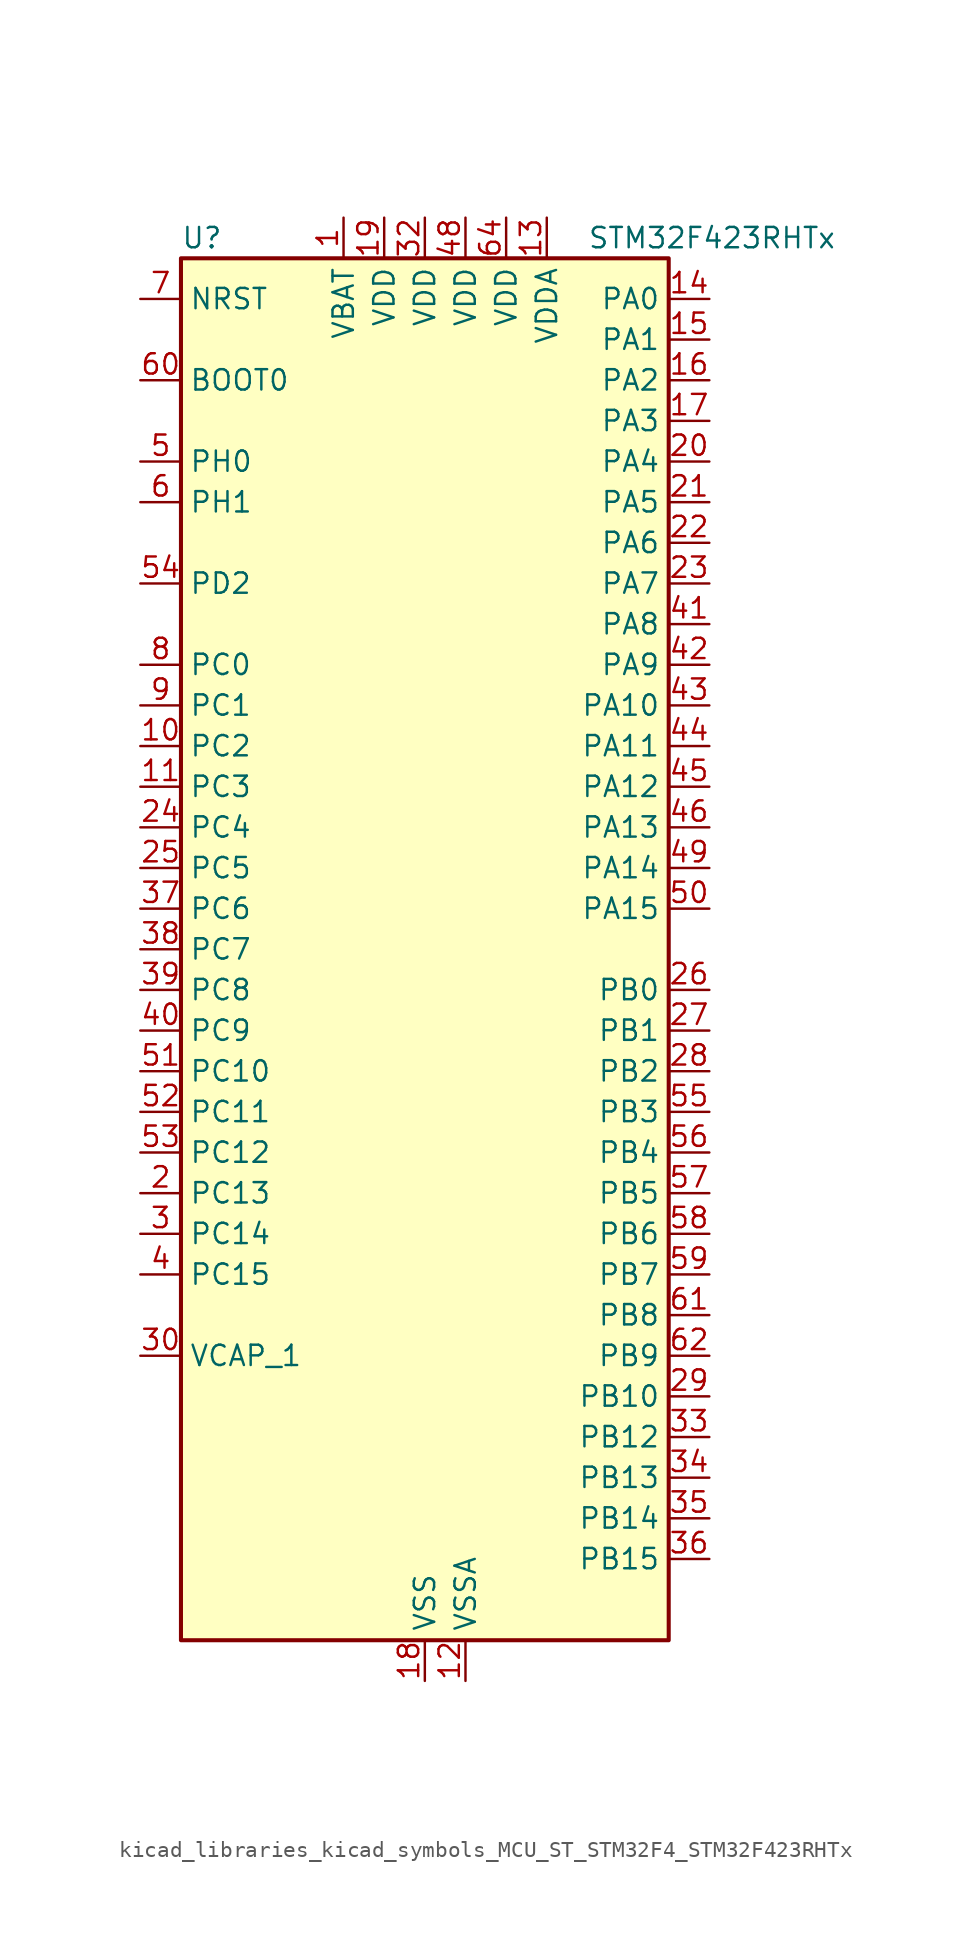
<source format=kicad_sym>
(kicad_symbol_lib
  (version 20220914)
  (generator kicad_symbol_editor)
  (symbol "kicad_libraries_kicad_symbols_MCU_ST_STM32F4_STM32F423RHTx"
    (property "Reference" "U"
      (at -15.24 44.45 0)
      (effects (font (size 1.27 1.27)) (justify left)))
    (property "Value" "STM32F423RHTx"
      (at 10.16 44.45 0)
      (effects (font (size 1.27 1.27)) (justify left)))
    (property "ki_locked" ""
      (at 0 0 0)
      (effects (font (size 1.27 1.27))))
    (symbol "kicad_libraries_kicad_symbols_MCU_ST_STM32F4_STM32F423RHTx_0_1"
      (rectangle (start -15.24 -43.18) (end 15.24 43.18) (stroke (width 0.254) (type default)) (fill (type background))))
    (symbol "kicad_libraries_kicad_symbols_MCU_ST_STM32F4_STM32F423RHTx_1_1"
      (pin power_in line (at -5.08 45.72 270) (length 2.54) (name "VBAT" (effects (font (size 1.27 1.27)))) (number "1" (effects (font (size 1.27 1.27)))))
      (pin bidirectional line (at -17.78 12.7 0) (length 2.54) (name "PC2" (effects (font (size 1.27 1.27)))) (number "10" (effects (font (size 1.27 1.27)))) (alternate "ADC1_IN12" bidirectional line) (alternate "DFSDM1_CKOUT" bidirectional line) (alternate "DFSDM2_DATIN7" bidirectional line) (alternate "FSMC_NWE" bidirectional line) (alternate "I2S2_ext_SD" bidirectional line) (alternate "LPTIM1_IN2" bidirectional line) (alternate "SAI1_SCK_B" bidirectional line) (alternate "SPI2_MISO" bidirectional line))
      (pin bidirectional line (at -17.78 10.16 0) (length 2.54) (name "PC3" (effects (font (size 1.27 1.27)))) (number "11" (effects (font (size 1.27 1.27)))) (alternate "ADC1_IN13" bidirectional line) (alternate "DFSDM2_CKIN7" bidirectional line) (alternate "FSMC_A0" bidirectional line) (alternate "I2S2_SD" bidirectional line) (alternate "LPTIM1_ETR" bidirectional line) (alternate "SAI1_FS_B" bidirectional line) (alternate "SPI2_MOSI" bidirectional line))
      (pin power_in line (at 2.54 -45.72 90) (length 2.54) (name "VSSA" (effects (font (size 1.27 1.27)))) (number "12" (effects (font (size 1.27 1.27)))))
      (pin power_in line (at 7.62 45.72 270) (length 2.54) (name "VDDA" (effects (font (size 1.27 1.27)))) (number "13" (effects (font (size 1.27 1.27)))))
      (pin bidirectional line (at 17.78 40.64 180) (length 2.54) (name "PA0" (effects (font (size 1.27 1.27)))) (number "14" (effects (font (size 1.27 1.27)))) (alternate "ADC1_IN0" bidirectional line) (alternate "SYS_WKUP1" bidirectional line) (alternate "TIM2_CH1" bidirectional line) (alternate "TIM2_ETR" bidirectional line) (alternate "TIM5_CH1" bidirectional line) (alternate "TIM8_ETR" bidirectional line) (alternate "UART4_TX" bidirectional line) (alternate "USART2_CTS" bidirectional line))
      (pin bidirectional line (at 17.78 38.1 180) (length 2.54) (name "PA1" (effects (font (size 1.27 1.27)))) (number "15" (effects (font (size 1.27 1.27)))) (alternate "ADC1_IN1" bidirectional line) (alternate "I2S4_SD" bidirectional line) (alternate "QUADSPI_BK1_IO3" bidirectional line) (alternate "SPI4_MOSI" bidirectional line) (alternate "TIM2_CH2" bidirectional line) (alternate "TIM5_CH2" bidirectional line) (alternate "UART4_RX" bidirectional line) (alternate "USART2_RTS" bidirectional line))
      (pin bidirectional line (at 17.78 35.56 180) (length 2.54) (name "PA2" (effects (font (size 1.27 1.27)))) (number "16" (effects (font (size 1.27 1.27)))) (alternate "ADC1_IN2" bidirectional line) (alternate "FSMC_D4" bidirectional line) (alternate "FSMC_DA4" bidirectional line) (alternate "I2S_CKIN" bidirectional line) (alternate "TIM2_CH3" bidirectional line) (alternate "TIM5_CH3" bidirectional line) (alternate "TIM9_CH1" bidirectional line) (alternate "USART2_TX" bidirectional line))
      (pin bidirectional line (at 17.78 33.02 180) (length 2.54) (name "PA3" (effects (font (size 1.27 1.27)))) (number "17" (effects (font (size 1.27 1.27)))) (alternate "ADC1_IN3" bidirectional line) (alternate "FSMC_D5" bidirectional line) (alternate "FSMC_DA5" bidirectional line) (alternate "I2S2_MCK" bidirectional line) (alternate "SAI1_SD_B" bidirectional line) (alternate "TIM2_CH4" bidirectional line) (alternate "TIM5_CH4" bidirectional line) (alternate "TIM9_CH2" bidirectional line) (alternate "USART2_RX" bidirectional line))
      (pin power_in line (at 0 -45.72 90) (length 2.54) (name "VSS" (effects (font (size 1.27 1.27)))) (number "18" (effects (font (size 1.27 1.27)))))
      (pin power_in line (at -2.54 45.72 270) (length 2.54) (name "VDD" (effects (font (size 1.27 1.27)))) (number "19" (effects (font (size 1.27 1.27)))))
      (pin bidirectional line (at -17.78 -15.24 0) (length 2.54) (name "PC13" (effects (font (size 1.27 1.27)))) (number "2" (effects (font (size 1.27 1.27)))) (alternate "RTC_AF1" bidirectional line))
      (pin bidirectional line (at 17.78 30.48 180) (length 2.54) (name "PA4" (effects (font (size 1.27 1.27)))) (number "20" (effects (font (size 1.27 1.27)))) (alternate "ADC1_IN4" bidirectional line) (alternate "DAC_OUT1" bidirectional line) (alternate "DFSDM1_DATIN1" bidirectional line) (alternate "FSMC_D6" bidirectional line) (alternate "FSMC_DA6" bidirectional line) (alternate "I2S1_WS" bidirectional line) (alternate "I2S3_WS" bidirectional line) (alternate "SPI1_NSS" bidirectional line) (alternate "SPI3_NSS" bidirectional line) (alternate "USART2_CK" bidirectional line))
      (pin bidirectional line (at 17.78 27.94 180) (length 2.54) (name "PA5" (effects (font (size 1.27 1.27)))) (number "21" (effects (font (size 1.27 1.27)))) (alternate "ADC1_IN5" bidirectional line) (alternate "DAC_OUT2" bidirectional line) (alternate "DFSDM1_CKIN1" bidirectional line) (alternate "FSMC_D7" bidirectional line) (alternate "FSMC_DA7" bidirectional line) (alternate "I2S1_CK" bidirectional line) (alternate "SPI1_SCK" bidirectional line) (alternate "TIM2_CH1" bidirectional line) (alternate "TIM2_ETR" bidirectional line) (alternate "TIM8_CH1N" bidirectional line))
      (pin bidirectional line (at 17.78 25.4 180) (length 2.54) (name "PA6" (effects (font (size 1.27 1.27)))) (number "22" (effects (font (size 1.27 1.27)))) (alternate "ADC1_IN6" bidirectional line) (alternate "DFSDM2_CKIN1" bidirectional line) (alternate "I2S2_MCK" bidirectional line) (alternate "QUADSPI_BK2_IO0" bidirectional line) (alternate "SDIO_CMD" bidirectional line) (alternate "SPI1_MISO" bidirectional line) (alternate "TIM13_CH1" bidirectional line) (alternate "TIM1_BKIN" bidirectional line) (alternate "TIM3_CH1" bidirectional line) (alternate "TIM8_BKIN" bidirectional line))
      (pin bidirectional line (at 17.78 22.86 180) (length 2.54) (name "PA7" (effects (font (size 1.27 1.27)))) (number "23" (effects (font (size 1.27 1.27)))) (alternate "ADC1_IN7" bidirectional line) (alternate "DFSDM2_DATIN1" bidirectional line) (alternate "I2S1_SD" bidirectional line) (alternate "QUADSPI_BK2_IO1" bidirectional line) (alternate "SPI1_MOSI" bidirectional line) (alternate "TIM14_CH1" bidirectional line) (alternate "TIM1_CH1N" bidirectional line) (alternate "TIM3_CH2" bidirectional line) (alternate "TIM8_CH1N" bidirectional line))
      (pin bidirectional line (at -17.78 7.62 0) (length 2.54) (name "PC4" (effects (font (size 1.27 1.27)))) (number "24" (effects (font (size 1.27 1.27)))) (alternate "ADC1_IN14" bidirectional line) (alternate "DFSDM2_CKIN2" bidirectional line) (alternate "FSMC_NE4" bidirectional line) (alternate "I2S1_MCK" bidirectional line) (alternate "QUADSPI_BK2_IO2" bidirectional line))
      (pin bidirectional line (at -17.78 5.08 0) (length 2.54) (name "PC5" (effects (font (size 1.27 1.27)))) (number "25" (effects (font (size 1.27 1.27)))) (alternate "ADC1_IN15" bidirectional line) (alternate "DFSDM2_DATIN2" bidirectional line) (alternate "FMPI2C1_SMBA" bidirectional line) (alternate "FSMC_NOE" bidirectional line) (alternate "QUADSPI_BK2_IO3" bidirectional line) (alternate "USART3_RX" bidirectional line))
      (pin bidirectional line (at 17.78 -2.54 180) (length 2.54) (name "PB0" (effects (font (size 1.27 1.27)))) (number "26" (effects (font (size 1.27 1.27)))) (alternate "ADC1_IN8" bidirectional line) (alternate "I2S5_CK" bidirectional line) (alternate "SPI5_SCK" bidirectional line) (alternate "TIM1_CH2N" bidirectional line) (alternate "TIM3_CH3" bidirectional line) (alternate "TIM8_CH2N" bidirectional line))
      (pin bidirectional line (at 17.78 -5.08 180) (length 2.54) (name "PB1" (effects (font (size 1.27 1.27)))) (number "27" (effects (font (size 1.27 1.27)))) (alternate "ADC1_IN9" bidirectional line) (alternate "DFSDM1_DATIN0" bidirectional line) (alternate "I2S5_WS" bidirectional line) (alternate "QUADSPI_CLK" bidirectional line) (alternate "SPI5_NSS" bidirectional line) (alternate "TIM1_CH3N" bidirectional line) (alternate "TIM3_CH4" bidirectional line) (alternate "TIM8_CH3N" bidirectional line))
      (pin bidirectional line (at 17.78 -7.62 180) (length 2.54) (name "PB2" (effects (font (size 1.27 1.27)))) (number "28" (effects (font (size 1.27 1.27)))) (alternate "DFSDM1_CKIN0" bidirectional line) (alternate "LPTIM1_OUT" bidirectional line) (alternate "QUADSPI_CLK" bidirectional line))
      (pin bidirectional line (at 17.78 -27.94 180) (length 2.54) (name "PB10" (effects (font (size 1.27 1.27)))) (number "29" (effects (font (size 1.27 1.27)))) (alternate "DFSDM2_CKOUT" bidirectional line) (alternate "FMPI2C1_SCL" bidirectional line) (alternate "I2C2_SCL" bidirectional line) (alternate "I2S2_CK" bidirectional line) (alternate "I2S3_MCK" bidirectional line) (alternate "SDIO_D7" bidirectional line) (alternate "SPI2_SCK" bidirectional line) (alternate "TIM2_CH3" bidirectional line) (alternate "USART3_TX" bidirectional line))
      (pin bidirectional line (at -17.78 -17.78 0) (length 2.54) (name "PC14" (effects (font (size 1.27 1.27)))) (number "3" (effects (font (size 1.27 1.27)))) (alternate "RCC_OSC32_IN" bidirectional line))
      (pin power_out line (at -17.78 -25.4 0) (length 2.54) (name "VCAP_1" (effects (font (size 1.27 1.27)))) (number "30" (effects (font (size 1.27 1.27)))))
      (pin passive line (at 0 -45.72 90) (length 2.54) hide (name "VSS" (effects (font (size 1.27 1.27)))) (number "31" (effects (font (size 1.27 1.27)))))
      (pin power_in line (at 0 45.72 270) (length 2.54) (name "VDD" (effects (font (size 1.27 1.27)))) (number "32" (effects (font (size 1.27 1.27)))))
      (pin bidirectional line (at 17.78 -30.48 180) (length 2.54) (name "PB12" (effects (font (size 1.27 1.27)))) (number "33" (effects (font (size 1.27 1.27)))) (alternate "CAN2_RX" bidirectional line) (alternate "DFSDM1_DATIN1" bidirectional line) (alternate "I2C2_SMBA" bidirectional line) (alternate "I2S2_WS" bidirectional line) (alternate "I2S3_CK" bidirectional line) (alternate "I2S4_WS" bidirectional line) (alternate "SPI2_NSS" bidirectional line) (alternate "SPI3_SCK" bidirectional line) (alternate "SPI4_NSS" bidirectional line) (alternate "TIM1_BKIN" bidirectional line) (alternate "UART5_RX" bidirectional line) (alternate "USART3_CK" bidirectional line))
      (pin bidirectional line (at 17.78 -33.02 180) (length 2.54) (name "PB13" (effects (font (size 1.27 1.27)))) (number "34" (effects (font (size 1.27 1.27)))) (alternate "CAN2_TX" bidirectional line) (alternate "DFSDM1_CKIN1" bidirectional line) (alternate "FMPI2C1_SMBA" bidirectional line) (alternate "I2S2_CK" bidirectional line) (alternate "I2S4_CK" bidirectional line) (alternate "SPI2_SCK" bidirectional line) (alternate "SPI4_SCK" bidirectional line) (alternate "TIM1_CH1N" bidirectional line) (alternate "UART5_TX" bidirectional line) (alternate "USART3_CTS" bidirectional line))
      (pin bidirectional line (at 17.78 -35.56 180) (length 2.54) (name "PB14" (effects (font (size 1.27 1.27)))) (number "35" (effects (font (size 1.27 1.27)))) (alternate "DFSDM1_DATIN2" bidirectional line) (alternate "FMPI2C1_SDA" bidirectional line) (alternate "FSMC_D0" bidirectional line) (alternate "FSMC_DA0" bidirectional line) (alternate "I2S2_ext_SD" bidirectional line) (alternate "SDIO_D6" bidirectional line) (alternate "SPI2_MISO" bidirectional line) (alternate "TIM12_CH1" bidirectional line) (alternate "TIM1_CH2N" bidirectional line) (alternate "TIM8_CH2N" bidirectional line) (alternate "USART3_RTS" bidirectional line))
      (pin bidirectional line (at 17.78 -38.1 180) (length 2.54) (name "PB15" (effects (font (size 1.27 1.27)))) (number "36" (effects (font (size 1.27 1.27)))) (alternate "ADC1_EXTI15" bidirectional line) (alternate "DFSDM1_CKIN2" bidirectional line) (alternate "FMPI2C1_SCL" bidirectional line) (alternate "I2S2_SD" bidirectional line) (alternate "RTC_REFIN" bidirectional line) (alternate "SDIO_CK" bidirectional line) (alternate "SPI2_MOSI" bidirectional line) (alternate "TIM12_CH2" bidirectional line) (alternate "TIM1_CH3N" bidirectional line) (alternate "TIM8_CH3N" bidirectional line))
      (pin bidirectional line (at -17.78 2.54 0) (length 2.54) (name "PC6" (effects (font (size 1.27 1.27)))) (number "37" (effects (font (size 1.27 1.27)))) (alternate "DFSDM1_CKIN3" bidirectional line) (alternate "DFSDM2_DATIN6" bidirectional line) (alternate "FMPI2C1_SCL" bidirectional line) (alternate "FSMC_D1" bidirectional line) (alternate "FSMC_DA1" bidirectional line) (alternate "I2S2_MCK" bidirectional line) (alternate "SDIO_D6" bidirectional line) (alternate "TIM3_CH1" bidirectional line) (alternate "TIM8_CH1" bidirectional line) (alternate "USART6_TX" bidirectional line))
      (pin bidirectional line (at -17.78 0 0) (length 2.54) (name "PC7" (effects (font (size 1.27 1.27)))) (number "38" (effects (font (size 1.27 1.27)))) (alternate "DFSDM1_DATIN3" bidirectional line) (alternate "DFSDM2_CKIN6" bidirectional line) (alternate "FMPI2C1_SDA" bidirectional line) (alternate "I2S2_CK" bidirectional line) (alternate "I2S3_MCK" bidirectional line) (alternate "SDIO_D7" bidirectional line) (alternate "SPI2_SCK" bidirectional line) (alternate "TIM3_CH2" bidirectional line) (alternate "TIM8_CH2" bidirectional line) (alternate "USART6_RX" bidirectional line))
      (pin bidirectional line (at -17.78 -2.54 0) (length 2.54) (name "PC8" (effects (font (size 1.27 1.27)))) (number "39" (effects (font (size 1.27 1.27)))) (alternate "DFSDM2_CKIN3" bidirectional line) (alternate "QUADSPI_BK1_IO2" bidirectional line) (alternate "SDIO_D0" bidirectional line) (alternate "TIM3_CH3" bidirectional line) (alternate "TIM8_CH3" bidirectional line) (alternate "USART6_CK" bidirectional line))
      (pin bidirectional line (at -17.78 -20.32 0) (length 2.54) (name "PC15" (effects (font (size 1.27 1.27)))) (number "4" (effects (font (size 1.27 1.27)))) (alternate "ADC1_EXTI15" bidirectional line) (alternate "RCC_OSC32_OUT" bidirectional line))
      (pin bidirectional line (at -17.78 -5.08 0) (length 2.54) (name "PC9" (effects (font (size 1.27 1.27)))) (number "40" (effects (font (size 1.27 1.27)))) (alternate "DAC_EXTI9" bidirectional line) (alternate "DFSDM2_DATIN3" bidirectional line) (alternate "I2C3_SDA" bidirectional line) (alternate "I2S_CKIN" bidirectional line) (alternate "QUADSPI_BK1_IO0" bidirectional line) (alternate "RCC_MCO_2" bidirectional line) (alternate "SDIO_D1" bidirectional line) (alternate "TIM3_CH4" bidirectional line) (alternate "TIM8_CH4" bidirectional line))
      (pin bidirectional line (at 17.78 20.32 180) (length 2.54) (name "PA8" (effects (font (size 1.27 1.27)))) (number "41" (effects (font (size 1.27 1.27)))) (alternate "CAN3_RX" bidirectional line) (alternate "DFSDM1_CKOUT" bidirectional line) (alternate "I2C3_SCL" bidirectional line) (alternate "RCC_MCO_1" bidirectional line) (alternate "SDIO_D1" bidirectional line) (alternate "TIM1_CH1" bidirectional line) (alternate "UART7_RX" bidirectional line) (alternate "USART1_CK" bidirectional line) (alternate "USB_OTG_FS_SOF" bidirectional line))
      (pin bidirectional line (at 17.78 17.78 180) (length 2.54) (name "PA9" (effects (font (size 1.27 1.27)))) (number "42" (effects (font (size 1.27 1.27)))) (alternate "DAC_EXTI9" bidirectional line) (alternate "DFSDM2_CKIN3" bidirectional line) (alternate "I2C3_SMBA" bidirectional line) (alternate "I2S2_CK" bidirectional line) (alternate "SDIO_D2" bidirectional line) (alternate "SPI2_SCK" bidirectional line) (alternate "TIM1_CH2" bidirectional line) (alternate "USART1_TX" bidirectional line) (alternate "USB_OTG_FS_VBUS" bidirectional line))
      (pin bidirectional line (at 17.78 15.24 180) (length 2.54) (name "PA10" (effects (font (size 1.27 1.27)))) (number "43" (effects (font (size 1.27 1.27)))) (alternate "DFSDM2_DATIN3" bidirectional line) (alternate "I2S2_SD" bidirectional line) (alternate "I2S5_SD" bidirectional line) (alternate "SPI2_MOSI" bidirectional line) (alternate "SPI5_MOSI" bidirectional line) (alternate "TIM1_CH3" bidirectional line) (alternate "USART1_RX" bidirectional line) (alternate "USB_OTG_FS_ID" bidirectional line))
      (pin bidirectional line (at 17.78 12.7 180) (length 2.54) (name "PA11" (effects (font (size 1.27 1.27)))) (number "44" (effects (font (size 1.27 1.27)))) (alternate "ADC1_EXTI11" bidirectional line) (alternate "CAN1_RX" bidirectional line) (alternate "DFSDM2_CKIN5" bidirectional line) (alternate "I2S2_WS" bidirectional line) (alternate "SPI2_NSS" bidirectional line) (alternate "SPI4_MISO" bidirectional line) (alternate "TIM1_CH4" bidirectional line) (alternate "UART4_RX" bidirectional line) (alternate "USART1_CTS" bidirectional line) (alternate "USART6_TX" bidirectional line) (alternate "USB_OTG_FS_DM" bidirectional line))
      (pin bidirectional line (at 17.78 10.16 180) (length 2.54) (name "PA12" (effects (font (size 1.27 1.27)))) (number "45" (effects (font (size 1.27 1.27)))) (alternate "CAN1_TX" bidirectional line) (alternate "DFSDM2_DATIN5" bidirectional line) (alternate "SPI2_MISO" bidirectional line) (alternate "SPI5_MISO" bidirectional line) (alternate "TIM1_ETR" bidirectional line) (alternate "UART4_TX" bidirectional line) (alternate "USART1_RTS" bidirectional line) (alternate "USART6_RX" bidirectional line) (alternate "USB_OTG_FS_DP" bidirectional line))
      (pin bidirectional line (at 17.78 7.62 180) (length 2.54) (name "PA13" (effects (font (size 1.27 1.27)))) (number "46" (effects (font (size 1.27 1.27)))) (alternate "SYS_JTMS-SWDIO" bidirectional line))
      (pin passive line (at 0 -45.72 90) (length 2.54) hide (name "VSS" (effects (font (size 1.27 1.27)))) (number "47" (effects (font (size 1.27 1.27)))))
      (pin power_in line (at 2.54 45.72 270) (length 2.54) (name "VDD" (effects (font (size 1.27 1.27)))) (number "48" (effects (font (size 1.27 1.27)))))
      (pin bidirectional line (at 17.78 5.08 180) (length 2.54) (name "PA14" (effects (font (size 1.27 1.27)))) (number "49" (effects (font (size 1.27 1.27)))) (alternate "SYS_JTCK-SWCLK" bidirectional line))
      (pin bidirectional line (at -17.78 30.48 0) (length 2.54) (name "PH0" (effects (font (size 1.27 1.27)))) (number "5" (effects (font (size 1.27 1.27)))) (alternate "RCC_OSC_IN" bidirectional line))
      (pin bidirectional line (at 17.78 2.54 180) (length 2.54) (name "PA15" (effects (font (size 1.27 1.27)))) (number "50" (effects (font (size 1.27 1.27)))) (alternate "ADC1_EXTI15" bidirectional line) (alternate "CAN3_TX" bidirectional line) (alternate "I2S1_WS" bidirectional line) (alternate "I2S3_WS" bidirectional line) (alternate "SAI1_MCLK_A" bidirectional line) (alternate "SPI1_NSS" bidirectional line) (alternate "SPI3_NSS" bidirectional line) (alternate "SYS_JTDI" bidirectional line) (alternate "TIM2_CH1" bidirectional line) (alternate "TIM2_ETR" bidirectional line) (alternate "UART7_TX" bidirectional line) (alternate "USART1_TX" bidirectional line))
      (pin bidirectional line (at -17.78 -7.62 0) (length 2.54) (name "PC10" (effects (font (size 1.27 1.27)))) (number "51" (effects (font (size 1.27 1.27)))) (alternate "DFSDM2_CKIN5" bidirectional line) (alternate "I2S3_CK" bidirectional line) (alternate "QUADSPI_BK1_IO1" bidirectional line) (alternate "SDIO_D2" bidirectional line) (alternate "SPI3_SCK" bidirectional line) (alternate "USART3_TX" bidirectional line))
      (pin bidirectional line (at -17.78 -10.16 0) (length 2.54) (name "PC11" (effects (font (size 1.27 1.27)))) (number "52" (effects (font (size 1.27 1.27)))) (alternate "ADC1_EXTI11" bidirectional line) (alternate "DFSDM2_DATIN5" bidirectional line) (alternate "FSMC_D2" bidirectional line) (alternate "FSMC_DA2" bidirectional line) (alternate "I2S3_ext_SD" bidirectional line) (alternate "QUADSPI_BK2_NCS" bidirectional line) (alternate "SDIO_D3" bidirectional line) (alternate "SPI3_MISO" bidirectional line) (alternate "UART4_RX" bidirectional line) (alternate "USART3_RX" bidirectional line))
      (pin bidirectional line (at -17.78 -12.7 0) (length 2.54) (name "PC12" (effects (font (size 1.27 1.27)))) (number "53" (effects (font (size 1.27 1.27)))) (alternate "FSMC_D3" bidirectional line) (alternate "FSMC_DA3" bidirectional line) (alternate "I2S3_SD" bidirectional line) (alternate "SDIO_CK" bidirectional line) (alternate "SPI3_MOSI" bidirectional line) (alternate "UART5_TX" bidirectional line) (alternate "USART3_CK" bidirectional line))
      (pin bidirectional line (at -17.78 22.86 0) (length 2.54) (name "PD2" (effects (font (size 1.27 1.27)))) (number "54" (effects (font (size 1.27 1.27)))) (alternate "DFSDM2_CKOUT" bidirectional line) (alternate "FSMC_NWE" bidirectional line) (alternate "SDIO_CMD" bidirectional line) (alternate "TIM3_ETR" bidirectional line) (alternate "UART5_RX" bidirectional line))
      (pin bidirectional line (at 17.78 -10.16 180) (length 2.54) (name "PB3" (effects (font (size 1.27 1.27)))) (number "55" (effects (font (size 1.27 1.27)))) (alternate "CAN3_RX" bidirectional line) (alternate "FMPI2C1_SDA" bidirectional line) (alternate "I2C2_SDA" bidirectional line) (alternate "I2S1_CK" bidirectional line) (alternate "I2S3_CK" bidirectional line) (alternate "SAI1_SD_A" bidirectional line) (alternate "SPI1_SCK" bidirectional line) (alternate "SPI3_SCK" bidirectional line) (alternate "SYS_JTDO-SWO" bidirectional line) (alternate "TIM2_CH2" bidirectional line) (alternate "UART7_RX" bidirectional line) (alternate "USART1_RX" bidirectional line))
      (pin bidirectional line (at 17.78 -12.7 180) (length 2.54) (name "PB4" (effects (font (size 1.27 1.27)))) (number "56" (effects (font (size 1.27 1.27)))) (alternate "CAN3_TX" bidirectional line) (alternate "I2C3_SDA" bidirectional line) (alternate "I2S3_ext_SD" bidirectional line) (alternate "SAI1_SCK_A" bidirectional line) (alternate "SDIO_D0" bidirectional line) (alternate "SPI1_MISO" bidirectional line) (alternate "SPI3_MISO" bidirectional line) (alternate "SYS_JTRST" bidirectional line) (alternate "TIM3_CH1" bidirectional line) (alternate "UART7_TX" bidirectional line))
      (pin bidirectional line (at 17.78 -15.24 180) (length 2.54) (name "PB5" (effects (font (size 1.27 1.27)))) (number "57" (effects (font (size 1.27 1.27)))) (alternate "CAN2_RX" bidirectional line) (alternate "I2C1_SMBA" bidirectional line) (alternate "I2S1_SD" bidirectional line) (alternate "I2S3_SD" bidirectional line) (alternate "LPTIM1_IN1" bidirectional line) (alternate "SAI1_FS_A" bidirectional line) (alternate "SDIO_D3" bidirectional line) (alternate "SPI1_MOSI" bidirectional line) (alternate "SPI3_MOSI" bidirectional line) (alternate "TIM3_CH2" bidirectional line) (alternate "UART5_RX" bidirectional line))
      (pin bidirectional line (at 17.78 -17.78 180) (length 2.54) (name "PB6" (effects (font (size 1.27 1.27)))) (number "58" (effects (font (size 1.27 1.27)))) (alternate "CAN2_TX" bidirectional line) (alternate "DFSDM2_CKIN7" bidirectional line) (alternate "I2C1_SCL" bidirectional line) (alternate "LPTIM1_ETR" bidirectional line) (alternate "QUADSPI_BK1_NCS" bidirectional line) (alternate "SDIO_D0" bidirectional line) (alternate "TIM4_CH1" bidirectional line) (alternate "UART5_TX" bidirectional line) (alternate "USART1_TX" bidirectional line))
      (pin bidirectional line (at 17.78 -20.32 180) (length 2.54) (name "PB7" (effects (font (size 1.27 1.27)))) (number "59" (effects (font (size 1.27 1.27)))) (alternate "DFSDM2_DATIN7" bidirectional line) (alternate "FSMC_NL" bidirectional line) (alternate "I2C1_SDA" bidirectional line) (alternate "LPTIM1_IN2" bidirectional line) (alternate "TIM4_CH2" bidirectional line) (alternate "USART1_RX" bidirectional line))
      (pin bidirectional line (at -17.78 27.94 0) (length 2.54) (name "PH1" (effects (font (size 1.27 1.27)))) (number "6" (effects (font (size 1.27 1.27)))) (alternate "RCC_OSC_OUT" bidirectional line))
      (pin input line (at -17.78 35.56 0) (length 2.54) (name "BOOT0" (effects (font (size 1.27 1.27)))) (number "60" (effects (font (size 1.27 1.27)))))
      (pin bidirectional line (at 17.78 -22.86 180) (length 2.54) (name "PB8" (effects (font (size 1.27 1.27)))) (number "61" (effects (font (size 1.27 1.27)))) (alternate "CAN1_RX" bidirectional line) (alternate "DFSDM2_CKIN1" bidirectional line) (alternate "I2C1_SCL" bidirectional line) (alternate "I2C3_SDA" bidirectional line) (alternate "I2S5_SD" bidirectional line) (alternate "LPTIM1_OUT" bidirectional line) (alternate "SDIO_D4" bidirectional line) (alternate "SPI5_MOSI" bidirectional line) (alternate "TIM10_CH1" bidirectional line) (alternate "TIM4_CH3" bidirectional line) (alternate "UART5_RX" bidirectional line))
      (pin bidirectional line (at 17.78 -25.4 180) (length 2.54) (name "PB9" (effects (font (size 1.27 1.27)))) (number "62" (effects (font (size 1.27 1.27)))) (alternate "CAN1_TX" bidirectional line) (alternate "DAC_EXTI9" bidirectional line) (alternate "DFSDM2_DATIN1" bidirectional line) (alternate "I2C1_SDA" bidirectional line) (alternate "I2C2_SDA" bidirectional line) (alternate "I2S2_WS" bidirectional line) (alternate "SDIO_D5" bidirectional line) (alternate "SPI2_NSS" bidirectional line) (alternate "TIM11_CH1" bidirectional line) (alternate "TIM4_CH4" bidirectional line) (alternate "UART5_TX" bidirectional line))
      (pin passive line (at 0 -45.72 90) (length 2.54) hide (name "VSS" (effects (font (size 1.27 1.27)))) (number "63" (effects (font (size 1.27 1.27)))))
      (pin power_in line (at 5.08 45.72 270) (length 2.54) (name "VDD" (effects (font (size 1.27 1.27)))) (number "64" (effects (font (size 1.27 1.27)))))
      (pin input line (at -17.78 40.64 0) (length 2.54) (name "NRST" (effects (font (size 1.27 1.27)))) (number "7" (effects (font (size 1.27 1.27)))))
      (pin bidirectional line (at -17.78 17.78 0) (length 2.54) (name "PC0" (effects (font (size 1.27 1.27)))) (number "8" (effects (font (size 1.27 1.27)))) (alternate "ADC1_IN10" bidirectional line) (alternate "DFSDM2_CKIN4" bidirectional line) (alternate "LPTIM1_IN1" bidirectional line) (alternate "SAI1_MCLK_B" bidirectional line) (alternate "SYS_WKUP2" bidirectional line))
      (pin bidirectional line (at -17.78 15.24 0) (length 2.54) (name "PC1" (effects (font (size 1.27 1.27)))) (number "9" (effects (font (size 1.27 1.27)))) (alternate "ADC1_IN11" bidirectional line) (alternate "DFSDM2_DATIN4" bidirectional line) (alternate "LPTIM1_OUT" bidirectional line) (alternate "SAI1_SD_B" bidirectional line) (alternate "SYS_WKUP3" bidirectional line)))))
</source>
